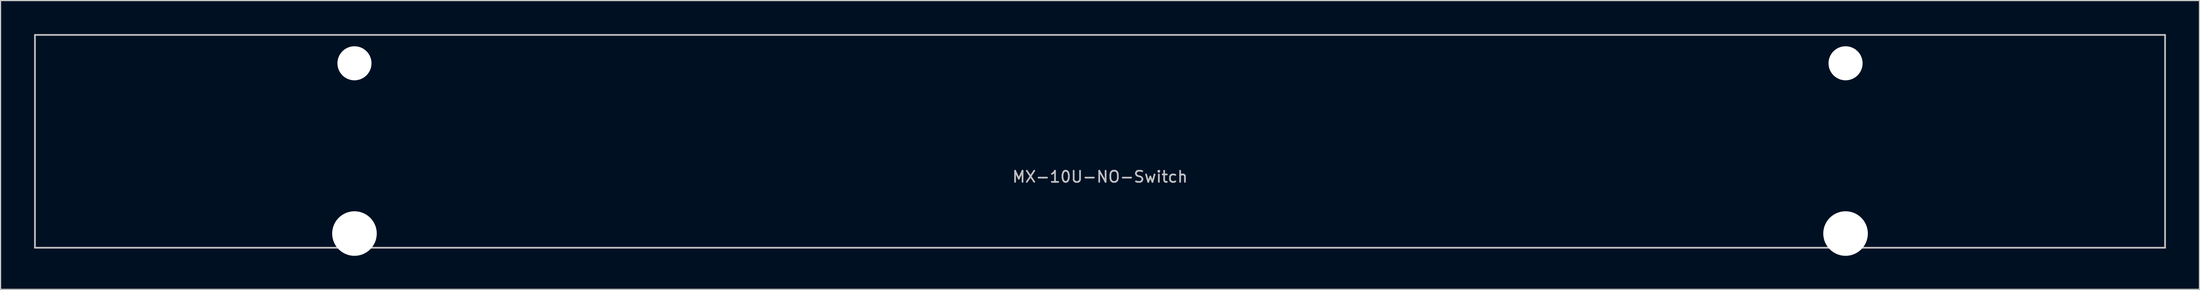
<source format=kicad_pcb>
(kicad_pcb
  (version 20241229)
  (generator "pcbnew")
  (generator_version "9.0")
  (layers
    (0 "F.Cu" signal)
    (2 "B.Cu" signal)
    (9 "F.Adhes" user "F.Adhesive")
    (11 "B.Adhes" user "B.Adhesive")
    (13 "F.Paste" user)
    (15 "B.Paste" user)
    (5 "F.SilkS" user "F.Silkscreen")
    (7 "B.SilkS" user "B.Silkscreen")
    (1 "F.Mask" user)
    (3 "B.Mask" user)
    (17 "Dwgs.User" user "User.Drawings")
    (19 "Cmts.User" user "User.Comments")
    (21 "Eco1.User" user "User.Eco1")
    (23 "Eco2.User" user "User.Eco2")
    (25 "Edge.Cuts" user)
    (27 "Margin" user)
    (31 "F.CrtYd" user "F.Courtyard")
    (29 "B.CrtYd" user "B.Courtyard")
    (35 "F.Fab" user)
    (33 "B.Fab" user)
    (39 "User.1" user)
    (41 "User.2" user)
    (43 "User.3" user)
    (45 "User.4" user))
  (footprint "MX-10U-NO-Switch"
    (layer "F.Cu")
    (at 95.325 9.6)
    (property "Reference" "MX-10U-NO-Switch" (at 0 3.175 0) (layer "Dwgs.User") (effects (font (size 1 1) (thickness 0.15))))
    (attr through_hole)
    (fp_line (start -95.25 -9.525) (end 95.25 -9.525) (stroke (width 0.15) (type solid)) (layer "Dwgs.User"))
    (fp_line (start -95.25 9.525) (end -95.25 -9.525) (stroke (width 0.15) (type solid)) (layer "Dwgs.User"))
    (fp_line (start -95.25 9.525) (end 95.25 9.525) (stroke (width 0.15) (type solid)) (layer "Dwgs.User"))
    (fp_line (start 95.25 -9.525) (end 95.25 9.525) (stroke (width 0.15) (type solid)) (layer "Dwgs.User"))
    (pad "" np_thru_hole circle (at -66.675 -6.985) (size 3.048 3.048) (drill 3.048) (layers "*.Cu" "*.Mask"))
    (pad "" np_thru_hole circle (at -66.675 8.255) (size 3.988 3.988) (drill 3.988) (layers "*.Cu" "*.Mask"))
    (pad "" np_thru_hole circle (at 66.675 -6.985) (size 3.048 3.048) (drill 3.048) (layers "*.Cu" "*.Mask"))
    (pad "" np_thru_hole circle (at 66.675 8.255) (size 3.988 3.988) (drill 3.988) (layers "*.Cu" "*.Mask")))
  (gr_rect
    (start -3 -3)
    (end 193.65 22.849)
    (stroke (width 0.1) (type default))
    (fill no)
    (layer "Edge.Cuts")))
</source>
